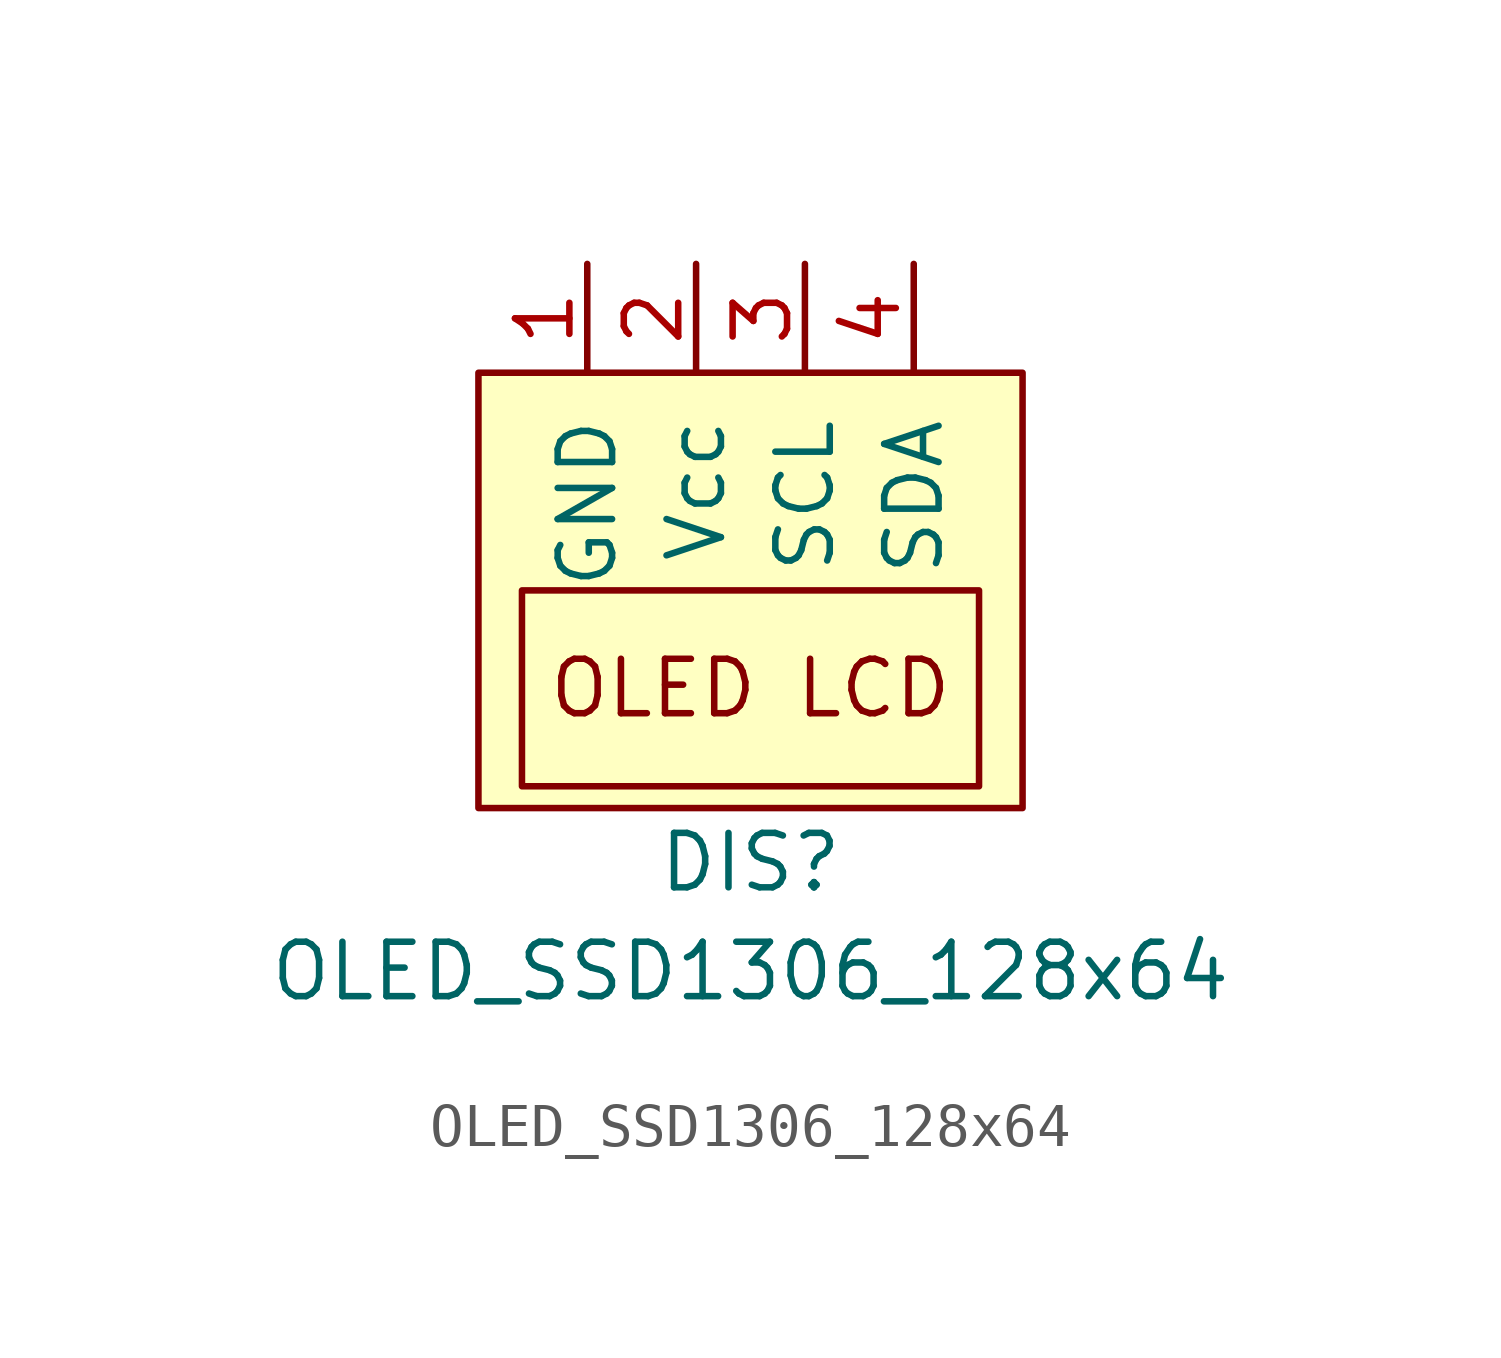
<source format=kicad_sym>
(kicad_symbol_lib
  (version 20211014)
  (generator kicad_symbol_editor)
  (symbol "OLED_SSD1306_128x64"
    (pin_names
      (offset 1.016))
    (property "Reference" "DIS"
      (at 0 -6.35 0)
      (effects (font (size 1.27 1.27))))
    (property "Value" "OLED_SSD1306_128x64"
      (at 0 -8.89 0)
      (effects (font (size 1.27 1.27))))
    (symbol "OLED_SSD1306_128x64_0_0"
      (text "OLED LCD" (at 0 -2.286 0) (effects (font (size 1.27 1.27)))))
    (symbol "OLED_SSD1306_128x64_0_1"
      (rectangle (start -6.35 5.08) (end 6.35 -5.08) (stroke (width 0) (type default) (color 0 0 0 0)) (fill (type background)))
      (rectangle (start -5.334 0) (end 5.334 -4.572) (stroke (width 0) (type default) (color 0 0 0 0)) (fill (type none))))
    (symbol "OLED_SSD1306_128x64_1_1"
      (pin power_in line (at -3.81 7.62 270) (length 2.54) (name "GND" (effects (font (size 1.27 1.27)))) (number "1" (effects (font (size 1.27 1.27)))))
      (pin power_in line (at -1.27 7.62 270) (length 2.54) (name "Vcc" (effects (font (size 1.27 1.27)))) (number "2" (effects (font (size 1.27 1.27)))))
      (pin input line (at 1.27 7.62 270) (length 2.54) (name "SCL" (effects (font (size 1.27 1.27)))) (number "3" (effects (font (size 1.27 1.27)))))
      (pin bidirectional line (at 3.81 7.62 270) (length 2.54) (name "SDA" (effects (font (size 1.27 1.27)))) (number "4" (effects (font (size 1.27 1.27))))))))
</source>
